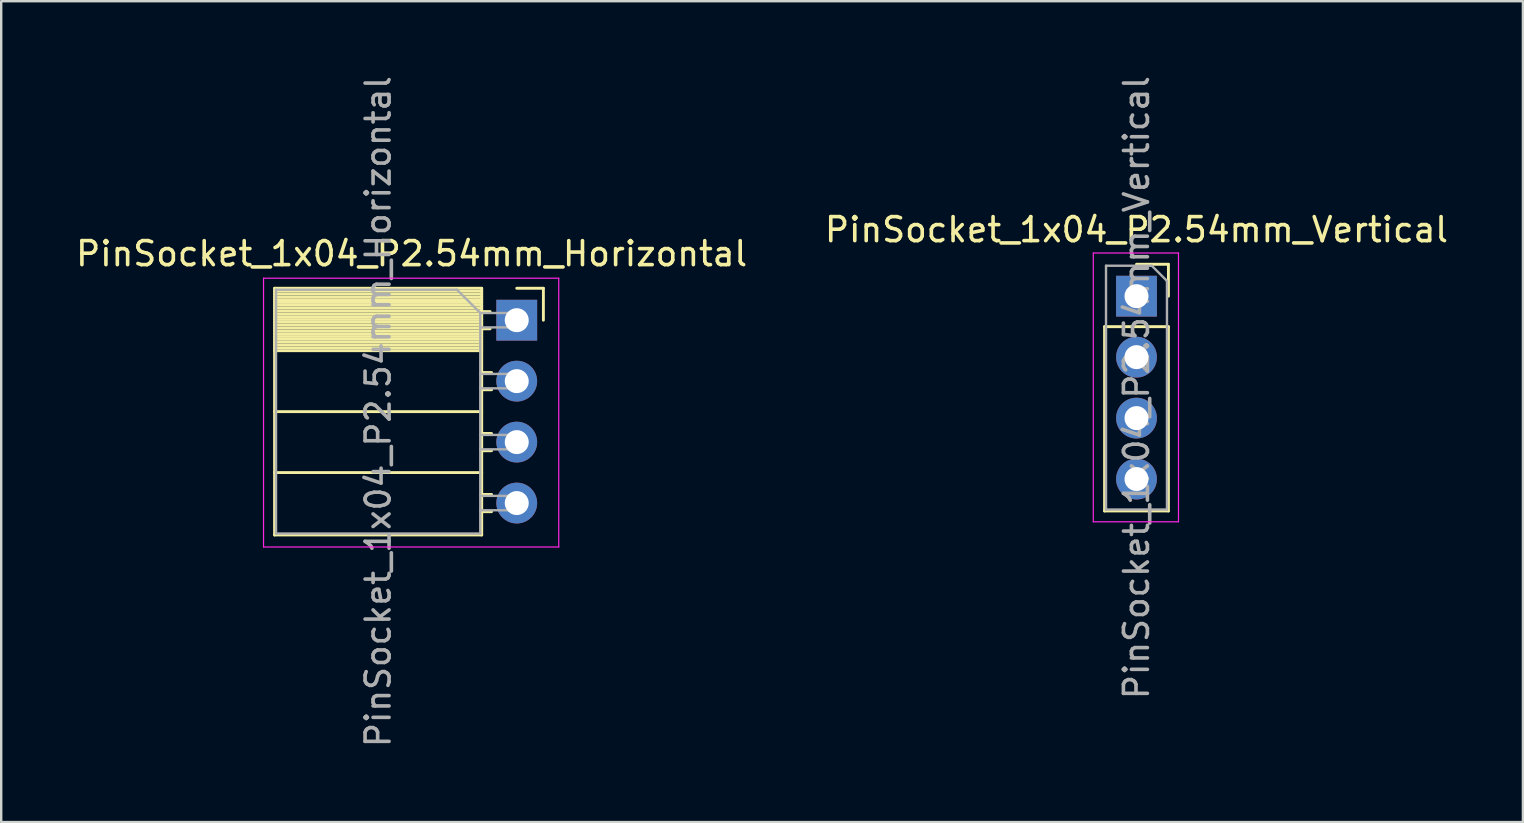
<source format=kicad_pcb>
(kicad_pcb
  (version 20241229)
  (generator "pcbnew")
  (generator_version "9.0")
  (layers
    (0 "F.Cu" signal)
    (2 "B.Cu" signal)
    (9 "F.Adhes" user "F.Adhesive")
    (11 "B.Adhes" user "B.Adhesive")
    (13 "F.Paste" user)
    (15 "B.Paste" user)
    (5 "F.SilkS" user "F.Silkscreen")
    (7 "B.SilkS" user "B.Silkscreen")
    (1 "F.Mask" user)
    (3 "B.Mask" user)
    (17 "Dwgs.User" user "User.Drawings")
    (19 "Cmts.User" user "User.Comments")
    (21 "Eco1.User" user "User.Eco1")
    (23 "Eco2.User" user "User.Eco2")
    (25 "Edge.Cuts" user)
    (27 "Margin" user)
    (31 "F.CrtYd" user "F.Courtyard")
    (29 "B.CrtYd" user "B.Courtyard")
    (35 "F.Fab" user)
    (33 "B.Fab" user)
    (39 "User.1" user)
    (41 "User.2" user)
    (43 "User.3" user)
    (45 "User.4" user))
  (footprint "PinSocket_1x04_P2.54mm_Horizontal"
    (layer "F.Cu")
    (at 18.481 10.291)
    (property "Reference" "PinSocket_1x04_P2.54mm_Horizontal" (at -4.38 -2.77 0) (layer "F.SilkS") (effects (font (size 1 1) (thickness 0.15))))
    (attr through_hole)
    (fp_line (start -10.09 -1.33) (end -10.09 8.95) (stroke (width 0.12) (type solid)) (layer "F.SilkS"))
    (fp_line (start -10.09 -1.33) (end -1.46 -1.33) (stroke (width 0.12) (type solid)) (layer "F.SilkS"))
    (fp_line (start -10.09 -1.21) (end -1.46 -1.21) (stroke (width 0.12) (type solid)) (layer "F.SilkS"))
    (fp_line (start -10.09 -1.092) (end -1.46 -1.092) (stroke (width 0.12) (type solid)) (layer "F.SilkS"))
    (fp_line (start -10.09 -0.974) (end -1.46 -0.974) (stroke (width 0.12) (type solid)) (layer "F.SilkS"))
    (fp_line (start -10.09 -0.856) (end -1.46 -0.856) (stroke (width 0.12) (type solid)) (layer "F.SilkS"))
    (fp_line (start -10.09 -0.738) (end -1.46 -0.738) (stroke (width 0.12) (type solid)) (layer "F.SilkS"))
    (fp_line (start -10.09 -0.62) (end -1.46 -0.62) (stroke (width 0.12) (type solid)) (layer "F.SilkS"))
    (fp_line (start -10.09 -0.501) (end -1.46 -0.501) (stroke (width 0.12) (type solid)) (layer "F.SilkS"))
    (fp_line (start -10.09 -0.383) (end -1.46 -0.383) (stroke (width 0.12) (type solid)) (layer "F.SilkS"))
    (fp_line (start -10.09 -0.265) (end -1.46 -0.265) (stroke (width 0.12) (type solid)) (layer "F.SilkS"))
    (fp_line (start -10.09 -0.147) (end -1.46 -0.147) (stroke (width 0.12) (type solid)) (layer "F.SilkS"))
    (fp_line (start -10.09 -0.029) (end -1.46 -0.029) (stroke (width 0.12) (type solid)) (layer "F.SilkS"))
    (fp_line (start -10.09 0.089) (end -1.46 0.089) (stroke (width 0.12) (type solid)) (layer "F.SilkS"))
    (fp_line (start -10.09 0.207) (end -1.46 0.207) (stroke (width 0.12) (type solid)) (layer "F.SilkS"))
    (fp_line (start -10.09 0.325) (end -1.46 0.325) (stroke (width 0.12) (type solid)) (layer "F.SilkS"))
    (fp_line (start -10.09 0.443) (end -1.46 0.443) (stroke (width 0.12) (type solid)) (layer "F.SilkS"))
    (fp_line (start -10.09 0.561) (end -1.46 0.561) (stroke (width 0.12) (type solid)) (layer "F.SilkS"))
    (fp_line (start -10.09 0.68) (end -1.46 0.68) (stroke (width 0.12) (type solid)) (layer "F.SilkS"))
    (fp_line (start -10.09 0.798) (end -1.46 0.798) (stroke (width 0.12) (type solid)) (layer "F.SilkS"))
    (fp_line (start -10.09 0.916) (end -1.46 0.916) (stroke (width 0.12) (type solid)) (layer "F.SilkS"))
    (fp_line (start -10.09 1.034) (end -1.46 1.034) (stroke (width 0.12) (type solid)) (layer "F.SilkS"))
    (fp_line (start -10.09 1.152) (end -1.46 1.152) (stroke (width 0.12) (type solid)) (layer "F.SilkS"))
    (fp_line (start -10.09 1.27) (end -1.46 1.27) (stroke (width 0.12) (type solid)) (layer "F.SilkS"))
    (fp_line (start -10.09 3.81) (end -1.46 3.81) (stroke (width 0.12) (type solid)) (layer "F.SilkS"))
    (fp_line (start -10.09 6.35) (end -1.46 6.35) (stroke (width 0.12) (type solid)) (layer "F.SilkS"))
    (fp_line (start -10.09 8.95) (end -1.46 8.95) (stroke (width 0.12) (type solid)) (layer "F.SilkS"))
    (fp_line (start -1.46 -1.33) (end -1.46 8.95) (stroke (width 0.12) (type solid)) (layer "F.SilkS"))
    (fp_line (start -1.46 -0.36) (end -1.11 -0.36) (stroke (width 0.12) (type solid)) (layer "F.SilkS"))
    (fp_line (start -1.46 0.36) (end -1.11 0.36) (stroke (width 0.12) (type solid)) (layer "F.SilkS"))
    (fp_line (start -1.46 2.18) (end -1.05 2.18) (stroke (width 0.12) (type solid)) (layer "F.SilkS"))
    (fp_line (start -1.46 2.9) (end -1.05 2.9) (stroke (width 0.12) (type solid)) (layer "F.SilkS"))
    (fp_line (start -1.46 4.72) (end -1.05 4.72) (stroke (width 0.12) (type solid)) (layer "F.SilkS"))
    (fp_line (start -1.46 5.44) (end -1.05 5.44) (stroke (width 0.12) (type solid)) (layer "F.SilkS"))
    (fp_line (start -1.46 7.26) (end -1.05 7.26) (stroke (width 0.12) (type solid)) (layer "F.SilkS"))
    (fp_line (start -1.46 7.98) (end -1.05 7.98) (stroke (width 0.12) (type solid)) (layer "F.SilkS"))
    (fp_line (start 0 -1.33) (end 1.11 -1.33) (stroke (width 0.12) (type solid)) (layer "F.SilkS"))
    (fp_line (start 1.11 -1.33) (end 1.11 0) (stroke (width 0.12) (type solid)) (layer "F.SilkS"))
    (fp_line (start -10.55 -1.75) (end -10.55 9.45) (stroke (width 0.05) (type solid)) (layer "F.CrtYd"))
    (fp_line (start -10.55 9.45) (end 1.75 9.45) (stroke (width 0.05) (type solid)) (layer "F.CrtYd"))
    (fp_line (start 1.75 -1.75) (end -10.55 -1.75) (stroke (width 0.05) (type solid)) (layer "F.CrtYd"))
    (fp_line (start 1.75 9.45) (end 1.75 -1.75) (stroke (width 0.05) (type solid)) (layer "F.CrtYd"))
    (fp_line (start -10.03 -1.27) (end -2.49 -1.27) (stroke (width 0.1) (type solid)) (layer "F.Fab"))
    (fp_line (start -10.03 8.89) (end -10.03 -1.27) (stroke (width 0.1) (type solid)) (layer "F.Fab"))
    (fp_line (start -2.49 -1.27) (end -1.52 -0.3) (stroke (width 0.1) (type solid)) (layer "F.Fab"))
    (fp_line (start -1.52 -0.3) (end -1.52 8.89) (stroke (width 0.1) (type solid)) (layer "F.Fab"))
    (fp_line (start -1.52 0.3) (end 0 0.3) (stroke (width 0.1) (type solid)) (layer "F.Fab"))
    (fp_line (start -1.52 2.84) (end 0 2.84) (stroke (width 0.1) (type solid)) (layer "F.Fab"))
    (fp_line (start -1.52 5.38) (end 0 5.38) (stroke (width 0.1) (type solid)) (layer "F.Fab"))
    (fp_line (start -1.52 7.92) (end 0 7.92) (stroke (width 0.1) (type solid)) (layer "F.Fab"))
    (fp_line (start -1.52 8.89) (end -10.03 8.89) (stroke (width 0.1) (type solid)) (layer "F.Fab"))
    (fp_line (start 0 -0.3) (end -1.52 -0.3) (stroke (width 0.1) (type solid)) (layer "F.Fab"))
    (fp_line (start 0 0.3) (end 0 -0.3) (stroke (width 0.1) (type solid)) (layer "F.Fab"))
    (fp_line (start 0 2.24) (end -1.52 2.24) (stroke (width 0.1) (type solid)) (layer "F.Fab"))
    (fp_line (start 0 2.84) (end 0 2.24) (stroke (width 0.1) (type solid)) (layer "F.Fab"))
    (fp_line (start 0 4.78) (end -1.52 4.78) (stroke (width 0.1) (type solid)) (layer "F.Fab"))
    (fp_line (start 0 5.38) (end 0 4.78) (stroke (width 0.1) (type solid)) (layer "F.Fab"))
    (fp_line (start 0 7.32) (end -1.52 7.32) (stroke (width 0.1) (type solid)) (layer "F.Fab"))
    (fp_line (start 0 7.92) (end 0 7.32) (stroke (width 0.1) (type solid)) (layer "F.Fab"))
    (fp_text user "${REFERENCE}" (at -5.775 3.81 90) (layer "F.Fab") (effects (font (size 1 1) (thickness 0.15))))
    (pad "1" thru_hole rect (at 0 0) (size 1.7 1.7) (drill 1) (layers "*.Cu" "*.Mask"))
    (pad "2" thru_hole oval (at 0 2.54) (size 1.7 1.7) (drill 1) (layers "*.Cu" "*.Mask"))
    (pad "3" thru_hole oval (at 0 5.08) (size 1.7 1.7) (drill 1) (layers "*.Cu" "*.Mask"))
    (pad "4" thru_hole oval (at 0 7.62) (size 1.7 1.7) (drill 1) (layers "*.Cu" "*.Mask")))
  (footprint "PinSocket_1x04_P2.54mm_Vertical"
    (layer "F.Cu")
    (at 44.304 9.291)
    (property "Reference" "PinSocket_1x04_P2.54mm_Vertical" (at 0 -2.77 0) (layer "F.SilkS") (effects (font (size 1 1) (thickness 0.15))))
    (attr through_hole)
    (fp_line (start -1.33 1.27) (end -1.33 8.95) (stroke (width 0.12) (type solid)) (layer "F.SilkS"))
    (fp_line (start -1.33 1.27) (end 1.33 1.27) (stroke (width 0.12) (type solid)) (layer "F.SilkS"))
    (fp_line (start -1.33 8.95) (end 1.33 8.95) (stroke (width 0.12) (type solid)) (layer "F.SilkS"))
    (fp_line (start 0 -1.33) (end 1.33 -1.33) (stroke (width 0.12) (type solid)) (layer "F.SilkS"))
    (fp_line (start 1.33 -1.33) (end 1.33 0) (stroke (width 0.12) (type solid)) (layer "F.SilkS"))
    (fp_line (start 1.33 1.27) (end 1.33 8.95) (stroke (width 0.12) (type solid)) (layer "F.SilkS"))
    (fp_line (start -1.8 -1.8) (end 1.75 -1.8) (stroke (width 0.05) (type solid)) (layer "F.CrtYd"))
    (fp_line (start -1.8 9.4) (end -1.8 -1.8) (stroke (width 0.05) (type solid)) (layer "F.CrtYd"))
    (fp_line (start 1.75 -1.8) (end 1.75 9.4) (stroke (width 0.05) (type solid)) (layer "F.CrtYd"))
    (fp_line (start 1.75 9.4) (end -1.8 9.4) (stroke (width 0.05) (type solid)) (layer "F.CrtYd"))
    (fp_line (start -1.27 -1.27) (end 0.635 -1.27) (stroke (width 0.1) (type solid)) (layer "F.Fab"))
    (fp_line (start -1.27 8.89) (end -1.27 -1.27) (stroke (width 0.1) (type solid)) (layer "F.Fab"))
    (fp_line (start 0.635 -1.27) (end 1.27 -0.635) (stroke (width 0.1) (type solid)) (layer "F.Fab"))
    (fp_line (start 1.27 -0.635) (end 1.27 8.89) (stroke (width 0.1) (type solid)) (layer "F.Fab"))
    (fp_line (start 1.27 8.89) (end -1.27 8.89) (stroke (width 0.1) (type solid)) (layer "F.Fab"))
    (fp_text user "${REFERENCE}" (at 0 3.81 90) (layer "F.Fab") (effects (font (size 1 1) (thickness 0.15))))
    (pad "1" thru_hole rect (at 0 0) (size 1.7 1.7) (drill 1) (layers "*.Cu" "*.Mask"))
    (pad "2" thru_hole oval (at 0 2.54) (size 1.7 1.7) (drill 1) (layers "*.Cu" "*.Mask"))
    (pad "3" thru_hole oval (at 0 5.08) (size 1.7 1.7) (drill 1) (layers "*.Cu" "*.Mask"))
    (pad "4" thru_hole oval (at 0 7.62) (size 1.7 1.7) (drill 1) (layers "*.Cu" "*.Mask")))
  (gr_rect
    (start -3 -3)
    (end 60.405 31.202)
    (stroke (width 0.1) (type default))
    (fill no)
    (layer "Edge.Cuts")))
</source>
